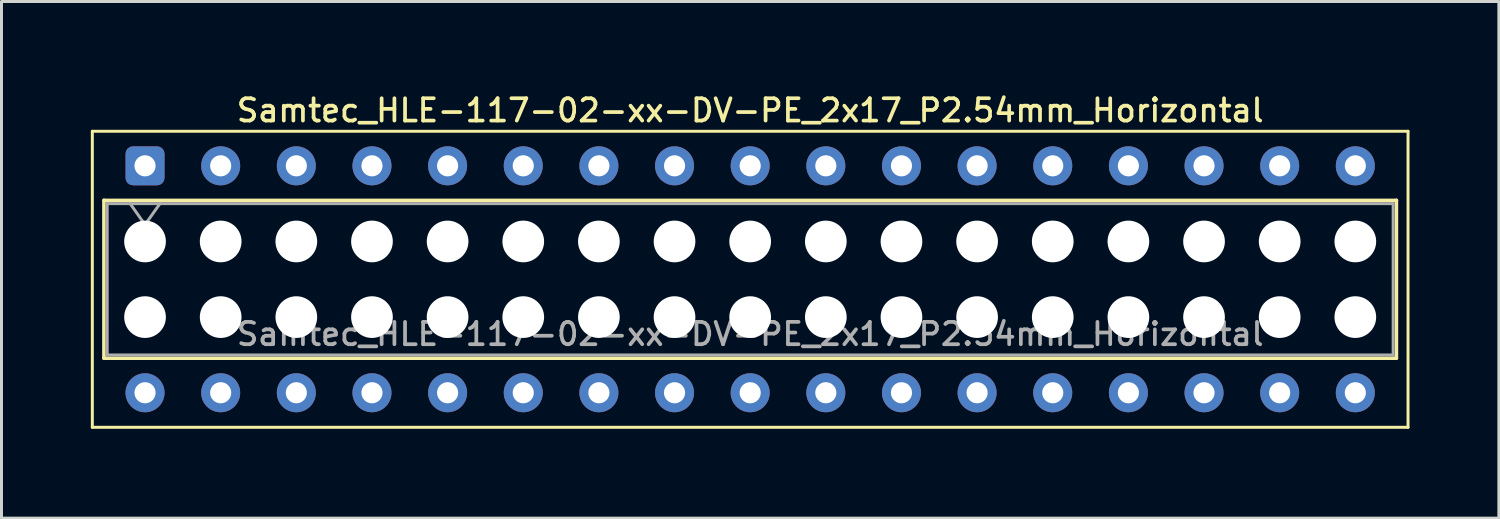
<source format=kicad_pcb>
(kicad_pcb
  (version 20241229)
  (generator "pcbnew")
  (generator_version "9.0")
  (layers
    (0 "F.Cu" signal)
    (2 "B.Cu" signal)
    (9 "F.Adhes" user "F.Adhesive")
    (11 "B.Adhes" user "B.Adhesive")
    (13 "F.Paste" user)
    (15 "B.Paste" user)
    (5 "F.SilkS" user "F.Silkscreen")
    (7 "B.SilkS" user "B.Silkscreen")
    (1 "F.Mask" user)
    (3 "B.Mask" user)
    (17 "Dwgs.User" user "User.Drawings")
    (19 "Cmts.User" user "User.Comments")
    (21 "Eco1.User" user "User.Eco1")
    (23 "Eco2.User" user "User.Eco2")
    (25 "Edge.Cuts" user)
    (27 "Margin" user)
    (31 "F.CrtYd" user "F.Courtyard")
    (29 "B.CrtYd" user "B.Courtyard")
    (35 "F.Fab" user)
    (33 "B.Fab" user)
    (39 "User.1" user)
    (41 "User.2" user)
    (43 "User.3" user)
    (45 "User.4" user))
  (footprint "Samtec_HLE-117-02-xx-DV-PE_2x17_P2.54mm_Horizontal"
    (layer "F.Cu")
    (at 1.82 2.518)
    (property "Reference" "Samtec_HLE-117-02-xx-DV-PE_2x17_P2.54mm_Horizontal" (at 20.32 -1.86 0) (layer "F.SilkS") (effects (font (size 0.75 0.75) (thickness 0.125))))
    (attr through_hole)
    (fp_line (start -1.77 -1.16) (end 42.41 -1.16) (stroke (width 0.1) (type solid)) (layer "F.SilkS"))
    (fp_line (start -1.77 8.78) (end -1.77 -1.16) (stroke (width 0.1) (type solid)) (layer "F.SilkS"))
    (fp_line (start -1.38 1.16) (end 42.02 1.16) (stroke (width 0.12) (type solid)) (layer "F.SilkS"))
    (fp_line (start -1.38 6.46) (end -1.38 1.16) (stroke (width 0.12) (type solid)) (layer "F.SilkS"))
    (fp_line (start 42.02 1.16) (end 42.02 6.46) (stroke (width 0.12) (type solid)) (layer "F.SilkS"))
    (fp_line (start 42.02 6.46) (end -1.38 6.46) (stroke (width 0.12) (type solid)) (layer "F.SilkS"))
    (fp_line (start 42.41 -1.16) (end 42.41 8.78) (stroke (width 0.1) (type solid)) (layer "F.SilkS"))
    (fp_line (start 42.41 8.78) (end -1.77 8.78) (stroke (width 0.1) (type solid)) (layer "F.SilkS"))
    (fp_line (start -1.27 1.27) (end 41.91 1.27) (stroke (width 0.1) (type solid)) (layer "F.Fab"))
    (fp_line (start -1.27 6.35) (end -1.27 1.27) (stroke (width 0.1) (type solid)) (layer "F.Fab"))
    (fp_line (start -0.5 1.27) (end 0 1.977) (stroke (width 0.1) (type solid)) (layer "F.Fab"))
    (fp_line (start 0 1.977) (end 0.5 1.27) (stroke (width 0.1) (type solid)) (layer "F.Fab"))
    (fp_line (start 41.91 1.27) (end 41.91 6.35) (stroke (width 0.1) (type solid)) (layer "F.Fab"))
    (fp_line (start 41.91 6.35) (end -1.27 6.35) (stroke (width 0.1) (type solid)) (layer "F.Fab"))
    (fp_text user "${REFERENCE}" (at 20.32 5.65 0) (layer "F.Fab") (effects (font (size 0.75 0.75) (thickness 0.125))))
    (pad "" np_thru_hole circle (at 0 2.54) (size 1.4 1.4) (drill 1.4) (layers "*.Cu" "*.Mask"))
    (pad "" np_thru_hole circle (at 0 5.08) (size 1.4 1.4) (drill 1.4) (layers "*.Cu" "*.Mask"))
    (pad "" np_thru_hole circle (at 2.54 2.54) (size 1.4 1.4) (drill 1.4) (layers "*.Cu" "*.Mask"))
    (pad "" np_thru_hole circle (at 2.54 5.08) (size 1.4 1.4) (drill 1.4) (layers "*.Cu" "*.Mask"))
    (pad "" np_thru_hole circle (at 5.08 2.54) (size 1.4 1.4) (drill 1.4) (layers "*.Cu" "*.Mask"))
    (pad "" np_thru_hole circle (at 5.08 5.08) (size 1.4 1.4) (drill 1.4) (layers "*.Cu" "*.Mask"))
    (pad "" np_thru_hole circle (at 7.62 2.54) (size 1.4 1.4) (drill 1.4) (layers "*.Cu" "*.Mask"))
    (pad "" np_thru_hole circle (at 7.62 5.08) (size 1.4 1.4) (drill 1.4) (layers "*.Cu" "*.Mask"))
    (pad "" np_thru_hole circle (at 10.16 2.54) (size 1.4 1.4) (drill 1.4) (layers "*.Cu" "*.Mask"))
    (pad "" np_thru_hole circle (at 10.16 5.08) (size 1.4 1.4) (drill 1.4) (layers "*.Cu" "*.Mask"))
    (pad "" np_thru_hole circle (at 12.7 2.54) (size 1.4 1.4) (drill 1.4) (layers "*.Cu" "*.Mask"))
    (pad "" np_thru_hole circle (at 12.7 5.08) (size 1.4 1.4) (drill 1.4) (layers "*.Cu" "*.Mask"))
    (pad "" np_thru_hole circle (at 15.24 2.54) (size 1.4 1.4) (drill 1.4) (layers "*.Cu" "*.Mask"))
    (pad "" np_thru_hole circle (at 15.24 5.08) (size 1.4 1.4) (drill 1.4) (layers "*.Cu" "*.Mask"))
    (pad "" np_thru_hole circle (at 17.78 2.54) (size 1.4 1.4) (drill 1.4) (layers "*.Cu" "*.Mask"))
    (pad "" np_thru_hole circle (at 17.78 5.08) (size 1.4 1.4) (drill 1.4) (layers "*.Cu" "*.Mask"))
    (pad "" np_thru_hole circle (at 20.32 2.54) (size 1.4 1.4) (drill 1.4) (layers "*.Cu" "*.Mask"))
    (pad "" np_thru_hole circle (at 20.32 5.08) (size 1.4 1.4) (drill 1.4) (layers "*.Cu" "*.Mask"))
    (pad "" np_thru_hole circle (at 22.86 2.54) (size 1.4 1.4) (drill 1.4) (layers "*.Cu" "*.Mask"))
    (pad "" np_thru_hole circle (at 22.86 5.08) (size 1.4 1.4) (drill 1.4) (layers "*.Cu" "*.Mask"))
    (pad "" np_thru_hole circle (at 25.4 2.54) (size 1.4 1.4) (drill 1.4) (layers "*.Cu" "*.Mask"))
    (pad "" np_thru_hole circle (at 25.4 5.08) (size 1.4 1.4) (drill 1.4) (layers "*.Cu" "*.Mask"))
    (pad "" np_thru_hole circle (at 27.94 2.54) (size 1.4 1.4) (drill 1.4) (layers "*.Cu" "*.Mask"))
    (pad "" np_thru_hole circle (at 27.94 5.08) (size 1.4 1.4) (drill 1.4) (layers "*.Cu" "*.Mask"))
    (pad "" np_thru_hole circle (at 30.48 2.54) (size 1.4 1.4) (drill 1.4) (layers "*.Cu" "*.Mask"))
    (pad "" np_thru_hole circle (at 30.48 5.08) (size 1.4 1.4) (drill 1.4) (layers "*.Cu" "*.Mask"))
    (pad "" np_thru_hole circle (at 33.02 2.54) (size 1.4 1.4) (drill 1.4) (layers "*.Cu" "*.Mask"))
    (pad "" np_thru_hole circle (at 33.02 5.08) (size 1.4 1.4) (drill 1.4) (layers "*.Cu" "*.Mask"))
    (pad "" np_thru_hole circle (at 35.56 2.54) (size 1.4 1.4) (drill 1.4) (layers "*.Cu" "*.Mask"))
    (pad "" np_thru_hole circle (at 35.56 5.08) (size 1.4 1.4) (drill 1.4) (layers "*.Cu" "*.Mask"))
    (pad "" np_thru_hole circle (at 38.1 2.54) (size 1.4 1.4) (drill 1.4) (layers "*.Cu" "*.Mask"))
    (pad "" np_thru_hole circle (at 38.1 5.08) (size 1.4 1.4) (drill 1.4) (layers "*.Cu" "*.Mask"))
    (pad "" np_thru_hole circle (at 40.64 2.54) (size 1.4 1.4) (drill 1.4) (layers "*.Cu" "*.Mask"))
    (pad "" np_thru_hole circle (at 40.64 5.08) (size 1.4 1.4) (drill 1.4) (layers "*.Cu" "*.Mask"))
    (pad "1" thru_hole roundrect (at 0 0) (size 1.31 1.31) (drill 0.71) (layers "*.Cu" "*.Mask") (roundrect_rratio 0.191))
    (pad "2" thru_hole circle (at 0 7.62) (size 1.31 1.31) (drill 0.71) (layers "*.Cu" "*.Mask"))
    (pad "3" thru_hole circle (at 2.54 0) (size 1.31 1.31) (drill 0.71) (layers "*.Cu" "*.Mask"))
    (pad "4" thru_hole circle (at 2.54 7.62) (size 1.31 1.31) (drill 0.71) (layers "*.Cu" "*.Mask"))
    (pad "5" thru_hole circle (at 5.08 0) (size 1.31 1.31) (drill 0.71) (layers "*.Cu" "*.Mask"))
    (pad "6" thru_hole circle (at 5.08 7.62) (size 1.31 1.31) (drill 0.71) (layers "*.Cu" "*.Mask"))
    (pad "7" thru_hole circle (at 7.62 0) (size 1.31 1.31) (drill 0.71) (layers "*.Cu" "*.Mask"))
    (pad "8" thru_hole circle (at 7.62 7.62) (size 1.31 1.31) (drill 0.71) (layers "*.Cu" "*.Mask"))
    (pad "9" thru_hole circle (at 10.16 0) (size 1.31 1.31) (drill 0.71) (layers "*.Cu" "*.Mask"))
    (pad "10" thru_hole circle (at 10.16 7.62) (size 1.31 1.31) (drill 0.71) (layers "*.Cu" "*.Mask"))
    (pad "11" thru_hole circle (at 12.7 0) (size 1.31 1.31) (drill 0.71) (layers "*.Cu" "*.Mask"))
    (pad "12" thru_hole circle (at 12.7 7.62) (size 1.31 1.31) (drill 0.71) (layers "*.Cu" "*.Mask"))
    (pad "13" thru_hole circle (at 15.24 0) (size 1.31 1.31) (drill 0.71) (layers "*.Cu" "*.Mask"))
    (pad "14" thru_hole circle (at 15.24 7.62) (size 1.31 1.31) (drill 0.71) (layers "*.Cu" "*.Mask"))
    (pad "15" thru_hole circle (at 17.78 0) (size 1.31 1.31) (drill 0.71) (layers "*.Cu" "*.Mask"))
    (pad "16" thru_hole circle (at 17.78 7.62) (size 1.31 1.31) (drill 0.71) (layers "*.Cu" "*.Mask"))
    (pad "17" thru_hole circle (at 20.32 0) (size 1.31 1.31) (drill 0.71) (layers "*.Cu" "*.Mask"))
    (pad "18" thru_hole circle (at 20.32 7.62) (size 1.31 1.31) (drill 0.71) (layers "*.Cu" "*.Mask"))
    (pad "19" thru_hole circle (at 22.86 0) (size 1.31 1.31) (drill 0.71) (layers "*.Cu" "*.Mask"))
    (pad "20" thru_hole circle (at 22.86 7.62) (size 1.31 1.31) (drill 0.71) (layers "*.Cu" "*.Mask"))
    (pad "21" thru_hole circle (at 25.4 0) (size 1.31 1.31) (drill 0.71) (layers "*.Cu" "*.Mask"))
    (pad "22" thru_hole circle (at 25.4 7.62) (size 1.31 1.31) (drill 0.71) (layers "*.Cu" "*.Mask"))
    (pad "23" thru_hole circle (at 27.94 0) (size 1.31 1.31) (drill 0.71) (layers "*.Cu" "*.Mask"))
    (pad "24" thru_hole circle (at 27.94 7.62) (size 1.31 1.31) (drill 0.71) (layers "*.Cu" "*.Mask"))
    (pad "25" thru_hole circle (at 30.48 0) (size 1.31 1.31) (drill 0.71) (layers "*.Cu" "*.Mask"))
    (pad "26" thru_hole circle (at 30.48 7.62) (size 1.31 1.31) (drill 0.71) (layers "*.Cu" "*.Mask"))
    (pad "27" thru_hole circle (at 33.02 0) (size 1.31 1.31) (drill 0.71) (layers "*.Cu" "*.Mask"))
    (pad "28" thru_hole circle (at 33.02 7.62) (size 1.31 1.31) (drill 0.71) (layers "*.Cu" "*.Mask"))
    (pad "29" thru_hole circle (at 35.56 0) (size 1.31 1.31) (drill 0.71) (layers "*.Cu" "*.Mask"))
    (pad "30" thru_hole circle (at 35.56 7.62) (size 1.31 1.31) (drill 0.71) (layers "*.Cu" "*.Mask"))
    (pad "31" thru_hole circle (at 38.1 0) (size 1.31 1.31) (drill 0.71) (layers "*.Cu" "*.Mask"))
    (pad "32" thru_hole circle (at 38.1 7.62) (size 1.31 1.31) (drill 0.71) (layers "*.Cu" "*.Mask"))
    (pad "33" thru_hole circle (at 40.64 0) (size 1.31 1.31) (drill 0.71) (layers "*.Cu" "*.Mask"))
    (pad "34" thru_hole circle (at 40.64 7.62) (size 1.31 1.31) (drill 0.71) (layers "*.Cu" "*.Mask")))
  (gr_rect
    (start -3 -3)
    (end 47.28 14.348)
    (stroke (width 0.1) (type default))
    (fill no)
    (layer "Edge.Cuts")))
</source>
